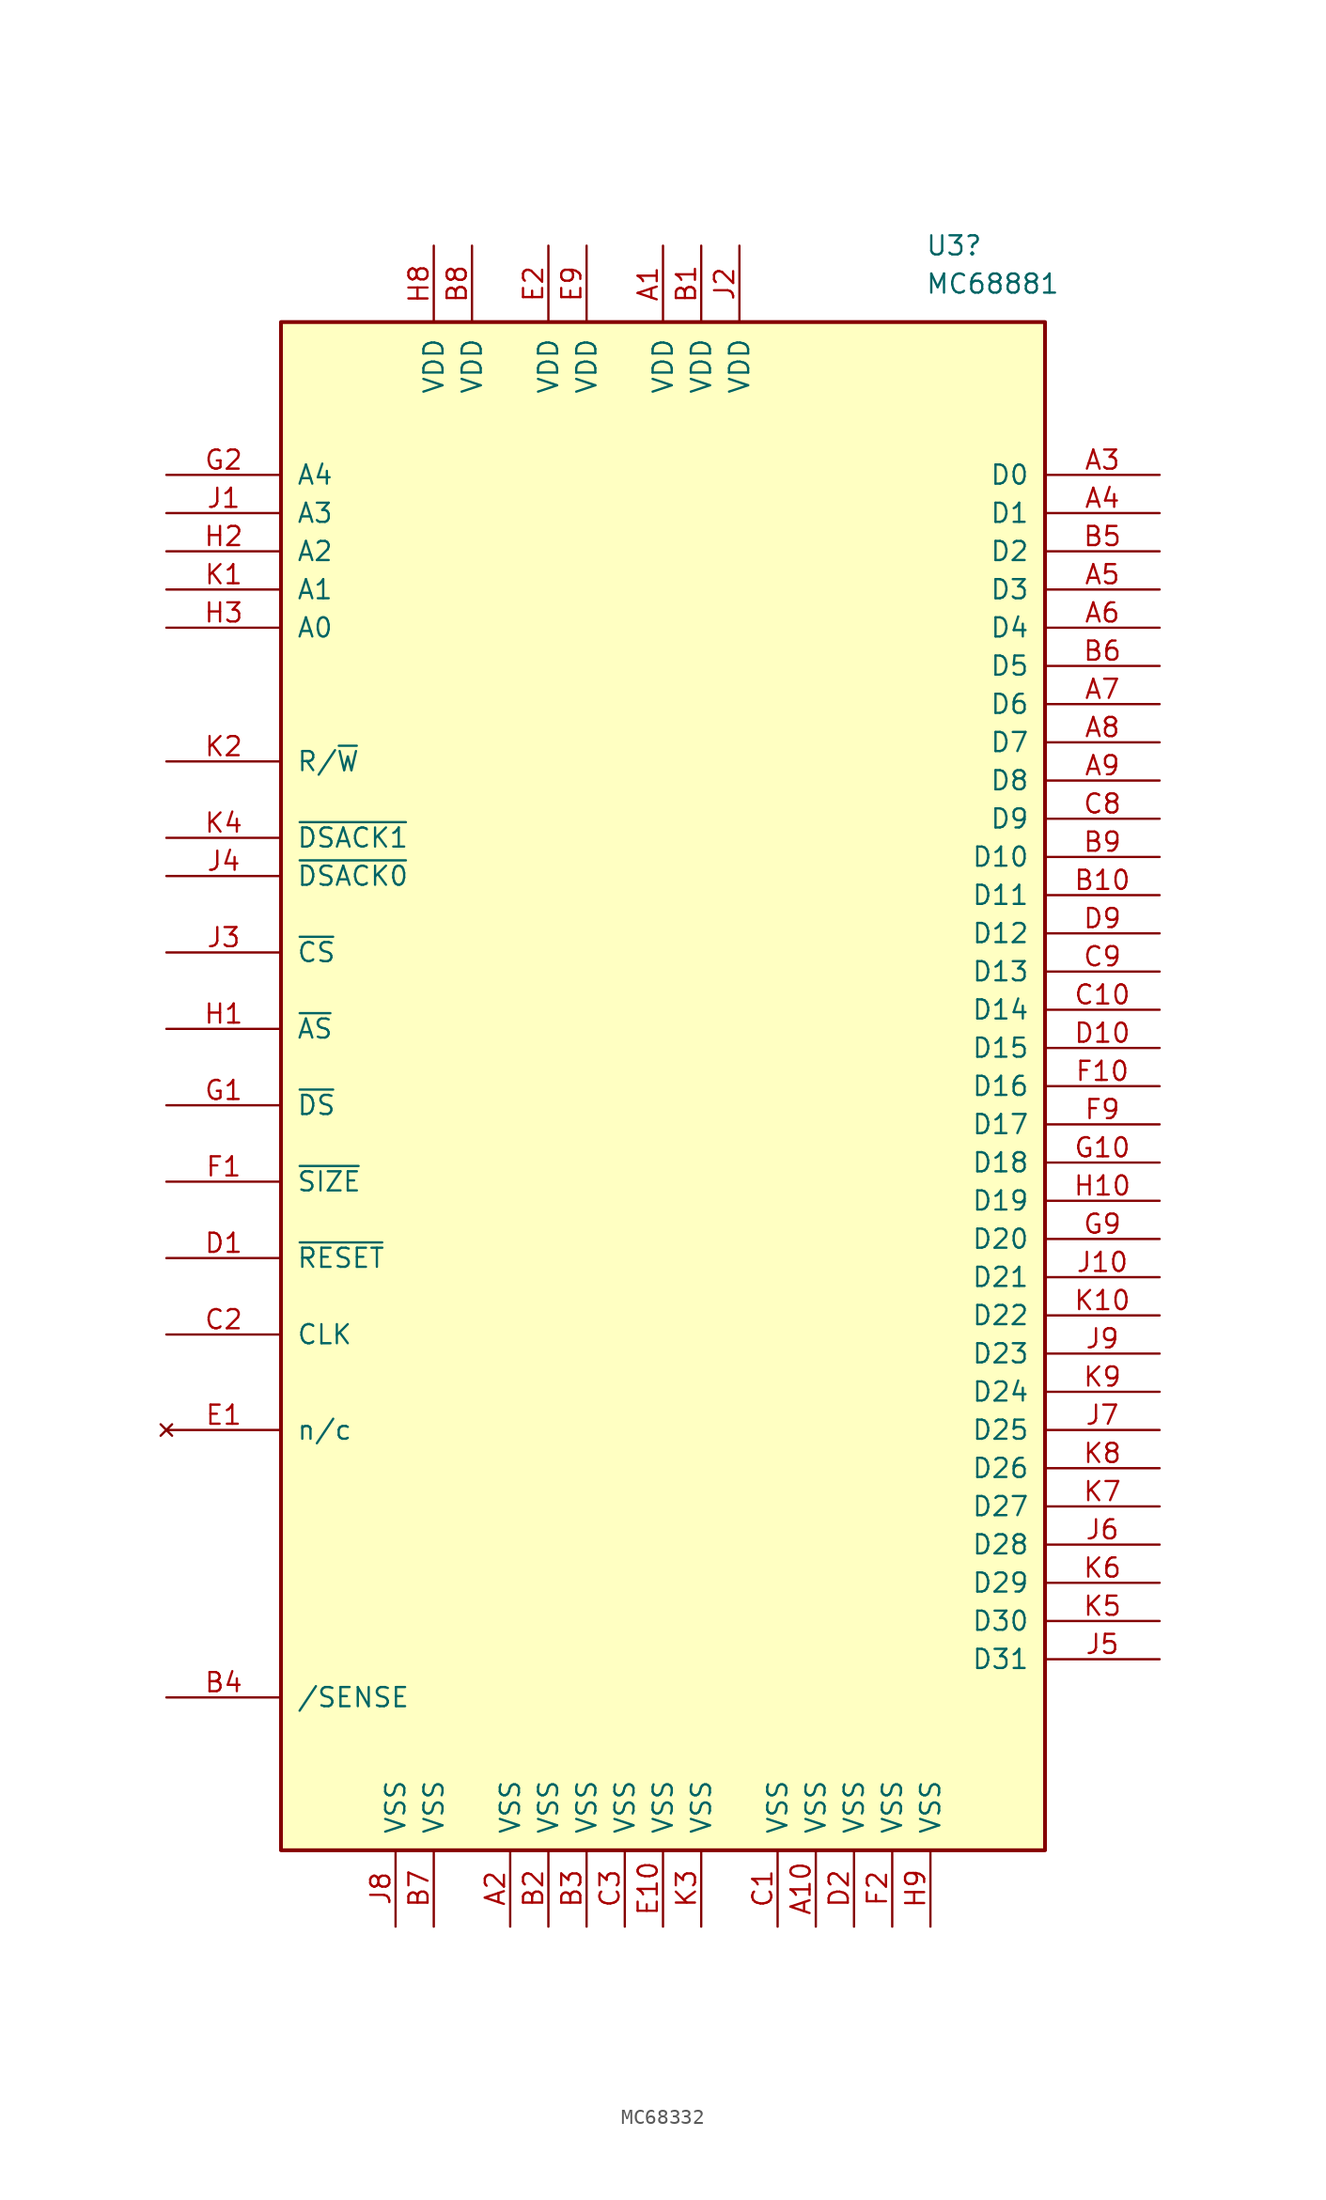
<source format=kicad_sym>
(kicad_symbol_lib
  (version 20241209)
  (generator "kicad_symbol_editor")
  (generator_version "9.0")
  (symbol "MC68332"
    (pin_names
      (offset 1.016))
    (property "Reference" "U3"
      (at 17.434 88.9 0)
      (effects (font (size 1.27 1.27)) (justify left)))
    (property "Value" "MC68881"
      (at 17.434 86.36 0)
      (effects (font (size 1.27 1.27)) (justify left)))
    (symbol "MC68332_0_1"
      (rectangle (start -25.4 83.82) (end 25.4 -17.78) (stroke (width 0.254) (type default)) (fill (type background))))
    (symbol "MC68332_1_0"
      (pin power_in line (at -17.78 -22.86 90) (length 5.08) (name "VSS" (effects (font (size 1.27 1.27)))) (number "J8" (effects (font (size 1.27 1.27))))))
    (symbol "MC68332_1_1"
      (pin input line (at -33.02 73.66 0) (length 7.62) (name "A4" (effects (font (size 1.27 1.27)))) (number "G2" (effects (font (size 1.27 1.27)))))
      (pin input line (at -33.02 71.12 0) (length 7.62) (name "A3" (effects (font (size 1.27 1.27)))) (number "J1" (effects (font (size 1.27 1.27)))))
      (pin input line (at -33.02 68.58 0) (length 7.62) (name "A2" (effects (font (size 1.27 1.27)))) (number "H2" (effects (font (size 1.27 1.27)))))
      (pin input line (at -33.02 66.04 0) (length 7.62) (name "A1" (effects (font (size 1.27 1.27)))) (number "K1" (effects (font (size 1.27 1.27)))))
      (pin input line (at -33.02 63.5 0) (length 7.62) (name "A0" (effects (font (size 1.27 1.27)))) (number "H3" (effects (font (size 1.27 1.27)))))
      (pin input line (at -33.02 54.61 0) (length 7.62) (name "R/~{W}" (effects (font (size 1.27 1.27)))) (number "K2" (effects (font (size 1.27 1.27)))))
      (pin input line (at -33.02 49.53 0) (length 7.62) (name "~{DSACK1}" (effects (font (size 1.27 1.27)))) (number "K4" (effects (font (size 1.27 1.27)))))
      (pin input line (at -33.02 46.99 0) (length 7.62) (name "~{DSACK0}" (effects (font (size 1.27 1.27)))) (number "J4" (effects (font (size 1.27 1.27)))))
      (pin input line (at -33.02 41.91 0) (length 7.62) (name "~{CS}" (effects (font (size 1.27 1.27)))) (number "J3" (effects (font (size 1.27 1.27)))))
      (pin input line (at -33.02 36.83 0) (length 7.62) (name "~{AS}" (effects (font (size 1.27 1.27)))) (number "H1" (effects (font (size 1.27 1.27)))))
      (pin input line (at -33.02 31.75 0) (length 7.62) (name "~{DS}" (effects (font (size 1.27 1.27)))) (number "G1" (effects (font (size 1.27 1.27)))))
      (pin input line (at -33.02 26.67 0) (length 7.62) (name "~{SIZE}" (effects (font (size 1.27 1.27)))) (number "F1" (effects (font (size 1.27 1.27)))))
      (pin input line (at -33.02 21.59 0) (length 7.62) (name "~{RESET}" (effects (font (size 1.27 1.27)))) (number "D1" (effects (font (size 1.27 1.27)))))
      (pin input line (at -33.02 16.51 0) (length 7.62) (name "CLK" (effects (font (size 1.27 1.27)))) (number "C2" (effects (font (size 1.27 1.27)))))
      (pin no_connect line (at -33.02 10.16 0) (length 7.62) (name "n/c" (effects (font (size 1.27 1.27)))) (number "E1" (effects (font (size 1.27 1.27)))))
      (pin input line (at -33.02 -7.62 0) (length 7.62) (name "/SENSE" (effects (font (size 1.27 1.27)))) (number "B4" (effects (font (size 1.27 1.27)))))
      (pin power_in line (at -15.24 88.9 270) (length 5.08) (name "VDD" (effects (font (size 1.27 1.27)))) (number "H8" (effects (font (size 1.27 1.27)))))
      (pin power_in line (at -15.24 -22.86 90) (length 5.08) (name "VSS" (effects (font (size 1.27 1.27)))) (number "B7" (effects (font (size 1.27 1.27)))))
      (pin power_in line (at -12.7 88.9 270) (length 5.08) (name "VDD" (effects (font (size 1.27 1.27)))) (number "B8" (effects (font (size 1.27 1.27)))))
      (pin power_in line (at -10.16 -22.86 90) (length 5.08) (name "VSS" (effects (font (size 1.27 1.27)))) (number "A2" (effects (font (size 1.27 1.27)))))
      (pin power_in line (at -7.62 88.9 270) (length 5.08) (name "VDD" (effects (font (size 1.27 1.27)))) (number "E2" (effects (font (size 1.27 1.27)))))
      (pin power_in line (at -7.62 -22.86 90) (length 5.08) (name "VSS" (effects (font (size 1.27 1.27)))) (number "B2" (effects (font (size 1.27 1.27)))))
      (pin power_in line (at -5.08 88.9 270) (length 5.08) (name "VDD" (effects (font (size 1.27 1.27)))) (number "E9" (effects (font (size 1.27 1.27)))))
      (pin power_in line (at -5.08 -22.86 90) (length 5.08) (name "VSS" (effects (font (size 1.27 1.27)))) (number "B3" (effects (font (size 1.27 1.27)))))
      (pin power_in line (at -2.54 -22.86 90) (length 5.08) (name "VSS" (effects (font (size 1.27 1.27)))) (number "C3" (effects (font (size 1.27 1.27)))))
      (pin power_in line (at 0 88.9 270) (length 5.08) (name "VDD" (effects (font (size 1.27 1.27)))) (number "A1" (effects (font (size 1.27 1.27)))))
      (pin power_in line (at 0 -22.86 90) (length 5.08) (name "VSS" (effects (font (size 1.27 1.27)))) (number "E10" (effects (font (size 1.27 1.27)))))
      (pin power_in line (at 2.54 88.9 270) (length 5.08) (name "VDD" (effects (font (size 1.27 1.27)))) (number "B1" (effects (font (size 1.27 1.27)))))
      (pin power_in line (at 2.54 -22.86 90) (length 5.08) (name "VSS" (effects (font (size 1.27 1.27)))) (number "K3" (effects (font (size 1.27 1.27)))))
      (pin power_in line (at 5.08 88.9 270) (length 5.08) (name "VDD" (effects (font (size 1.27 1.27)))) (number "J2" (effects (font (size 1.27 1.27)))))
      (pin power_in line (at 7.62 -22.86 90) (length 5.08) (name "VSS" (effects (font (size 1.27 1.27)))) (number "C1" (effects (font (size 1.27 1.27)))))
      (pin power_in line (at 10.16 -22.86 90) (length 5.08) (name "VSS" (effects (font (size 1.27 1.27)))) (number "A10" (effects (font (size 1.27 1.27)))))
      (pin power_in line (at 12.7 -22.86 90) (length 5.08) (name "VSS" (effects (font (size 1.27 1.27)))) (number "D2" (effects (font (size 1.27 1.27)))))
      (pin power_in line (at 15.24 -22.86 90) (length 5.08) (name "VSS" (effects (font (size 1.27 1.27)))) (number "F2" (effects (font (size 1.27 1.27)))))
      (pin power_in line (at 17.78 -22.86 90) (length 5.08) (name "VSS" (effects (font (size 1.27 1.27)))) (number "H9" (effects (font (size 1.27 1.27)))))
      (pin bidirectional line (at 33.02 73.66 180) (length 7.62) (name "D0" (effects (font (size 1.27 1.27)))) (number "A3" (effects (font (size 1.27 1.27)))))
      (pin bidirectional line (at 33.02 71.12 180) (length 7.62) (name "D1" (effects (font (size 1.27 1.27)))) (number "A4" (effects (font (size 1.27 1.27)))))
      (pin bidirectional line (at 33.02 68.58 180) (length 7.62) (name "D2" (effects (font (size 1.27 1.27)))) (number "B5" (effects (font (size 1.27 1.27)))))
      (pin bidirectional line (at 33.02 66.04 180) (length 7.62) (name "D3" (effects (font (size 1.27 1.27)))) (number "A5" (effects (font (size 1.27 1.27)))))
      (pin bidirectional line (at 33.02 63.5 180) (length 7.62) (name "D4" (effects (font (size 1.27 1.27)))) (number "A6" (effects (font (size 1.27 1.27)))))
      (pin bidirectional line (at 33.02 60.96 180) (length 7.62) (name "D5" (effects (font (size 1.27 1.27)))) (number "B6" (effects (font (size 1.27 1.27)))))
      (pin bidirectional line (at 33.02 58.42 180) (length 7.62) (name "D6" (effects (font (size 1.27 1.27)))) (number "A7" (effects (font (size 1.27 1.27)))))
      (pin bidirectional line (at 33.02 55.88 180) (length 7.62) (name "D7" (effects (font (size 1.27 1.27)))) (number "A8" (effects (font (size 1.27 1.27)))))
      (pin bidirectional line (at 33.02 53.34 180) (length 7.62) (name "D8" (effects (font (size 1.27 1.27)))) (number "A9" (effects (font (size 1.27 1.27)))))
      (pin bidirectional line (at 33.02 50.8 180) (length 7.62) (name "D9" (effects (font (size 1.27 1.27)))) (number "C8" (effects (font (size 1.27 1.27)))))
      (pin bidirectional line (at 33.02 48.26 180) (length 7.62) (name "D10" (effects (font (size 1.27 1.27)))) (number "B9" (effects (font (size 1.27 1.27)))))
      (pin bidirectional line (at 33.02 45.72 180) (length 7.62) (name "D11" (effects (font (size 1.27 1.27)))) (number "B10" (effects (font (size 1.27 1.27)))))
      (pin bidirectional line (at 33.02 43.18 180) (length 7.62) (name "D12" (effects (font (size 1.27 1.27)))) (number "D9" (effects (font (size 1.27 1.27)))))
      (pin bidirectional line (at 33.02 40.64 180) (length 7.62) (name "D13" (effects (font (size 1.27 1.27)))) (number "C9" (effects (font (size 1.27 1.27)))))
      (pin bidirectional line (at 33.02 38.1 180) (length 7.62) (name "D14" (effects (font (size 1.27 1.27)))) (number "C10" (effects (font (size 1.27 1.27)))))
      (pin bidirectional line (at 33.02 35.56 180) (length 7.62) (name "D15" (effects (font (size 1.27 1.27)))) (number "D10" (effects (font (size 1.27 1.27)))))
      (pin bidirectional line (at 33.02 33.02 180) (length 7.62) (name "D16" (effects (font (size 1.27 1.27)))) (number "F10" (effects (font (size 1.27 1.27)))))
      (pin bidirectional line (at 33.02 30.48 180) (length 7.62) (name "D17" (effects (font (size 1.27 1.27)))) (number "F9" (effects (font (size 1.27 1.27)))))
      (pin bidirectional line (at 33.02 27.94 180) (length 7.62) (name "D18" (effects (font (size 1.27 1.27)))) (number "G10" (effects (font (size 1.27 1.27)))))
      (pin bidirectional line (at 33.02 25.4 180) (length 7.62) (name "D19" (effects (font (size 1.27 1.27)))) (number "H10" (effects (font (size 1.27 1.27)))))
      (pin bidirectional line (at 33.02 22.86 180) (length 7.62) (name "D20" (effects (font (size 1.27 1.27)))) (number "G9" (effects (font (size 1.27 1.27)))))
      (pin bidirectional line (at 33.02 20.32 180) (length 7.62) (name "D21" (effects (font (size 1.27 1.27)))) (number "J10" (effects (font (size 1.27 1.27)))))
      (pin bidirectional line (at 33.02 17.78 180) (length 7.62) (name "D22" (effects (font (size 1.27 1.27)))) (number "K10" (effects (font (size 1.27 1.27)))))
      (pin bidirectional line (at 33.02 15.24 180) (length 7.62) (name "D23" (effects (font (size 1.27 1.27)))) (number "J9" (effects (font (size 1.27 1.27)))))
      (pin bidirectional line (at 33.02 12.7 180) (length 7.62) (name "D24" (effects (font (size 1.27 1.27)))) (number "K9" (effects (font (size 1.27 1.27)))))
      (pin bidirectional line (at 33.02 10.16 180) (length 7.62) (name "D25" (effects (font (size 1.27 1.27)))) (number "J7" (effects (font (size 1.27 1.27)))))
      (pin bidirectional line (at 33.02 7.62 180) (length 7.62) (name "D26" (effects (font (size 1.27 1.27)))) (number "K8" (effects (font (size 1.27 1.27)))))
      (pin bidirectional line (at 33.02 5.08 180) (length 7.62) (name "D27" (effects (font (size 1.27 1.27)))) (number "K7" (effects (font (size 1.27 1.27)))))
      (pin bidirectional line (at 33.02 2.54 180) (length 7.62) (name "D28" (effects (font (size 1.27 1.27)))) (number "J6" (effects (font (size 1.27 1.27)))))
      (pin bidirectional line (at 33.02 0 180) (length 7.62) (name "D29" (effects (font (size 1.27 1.27)))) (number "K6" (effects (font (size 1.27 1.27)))))
      (pin bidirectional line (at 33.02 -2.54 180) (length 7.62) (name "D30" (effects (font (size 1.27 1.27)))) (number "K5" (effects (font (size 1.27 1.27)))))
      (pin bidirectional line (at 33.02 -5.08 180) (length 7.62) (name "D31" (effects (font (size 1.27 1.27)))) (number "J5" (effects (font (size 1.27 1.27))))))))
</source>
